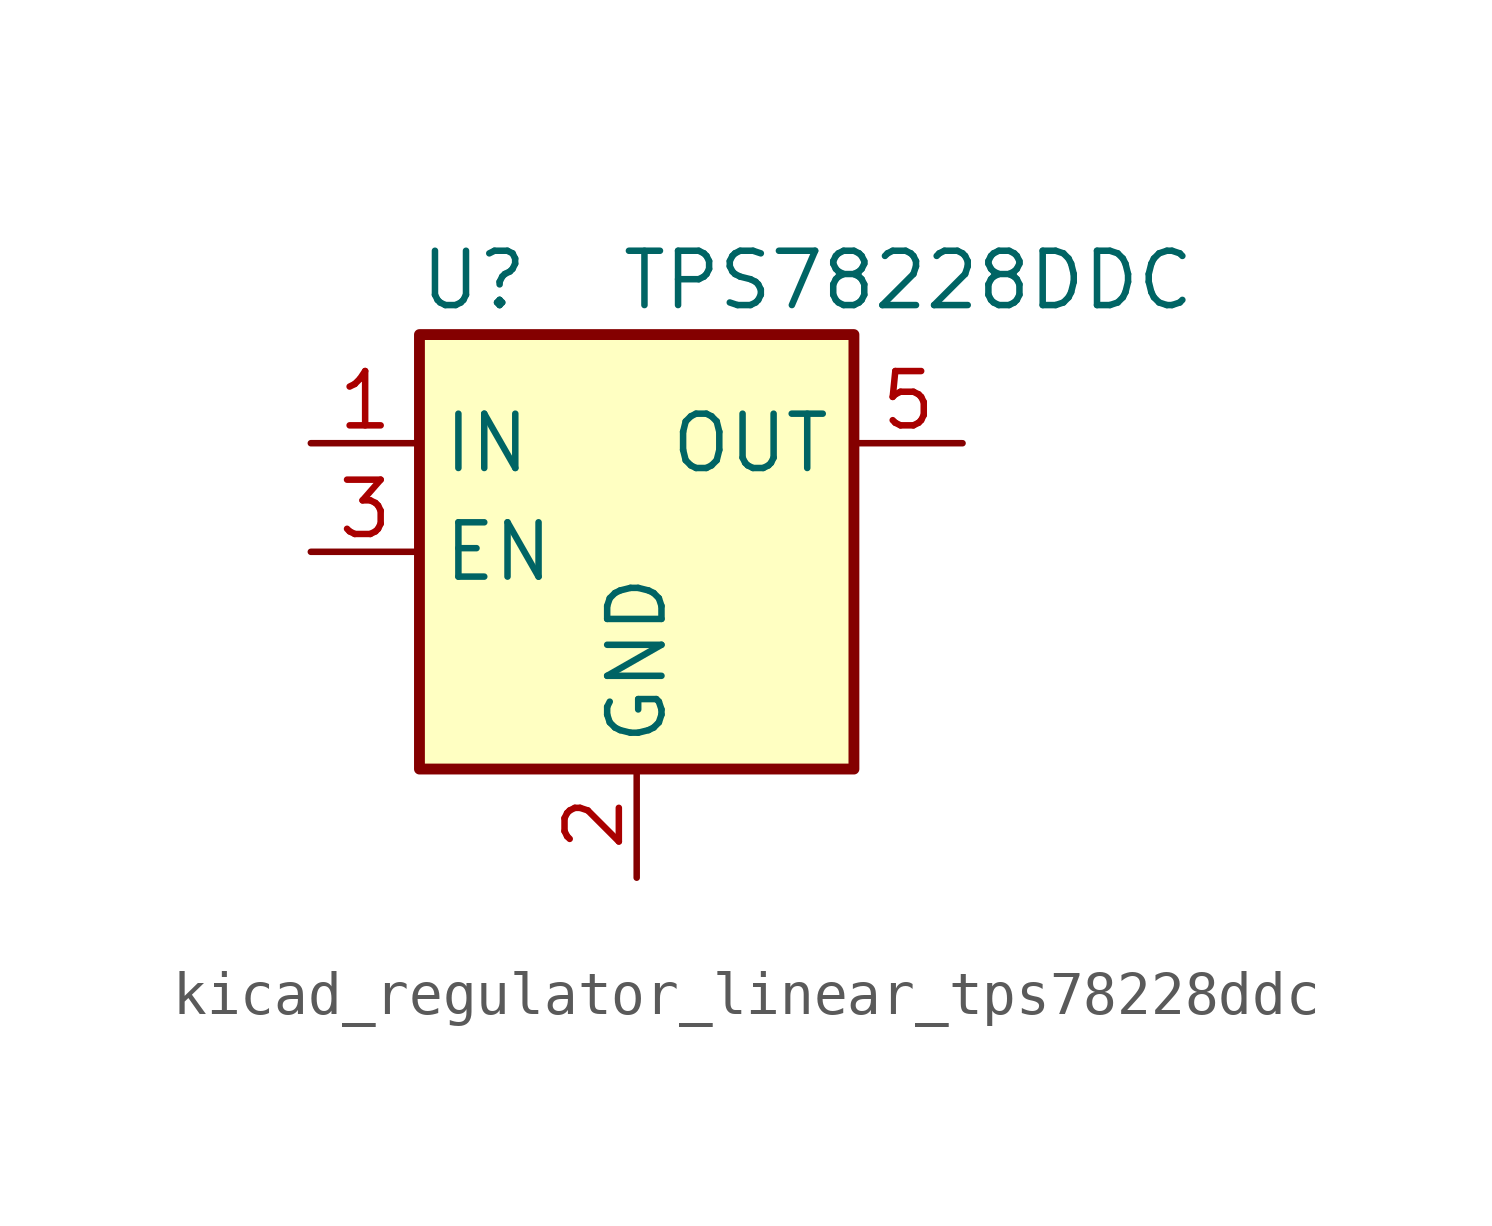
<source format=kicad_sym>
(kicad_symbol_lib
  (version 20220914)
  (generator kicad_symbol_editor)
  (symbol "kicad_regulator_linear_tps78228ddc"
    (property "Reference" "U"
      (at -3.81 6.35 0)
      (effects (font (size 1.27 1.27))))
    (property "Value" "TPS78228DDC"
      (at 6.35 6.35 0)
      (effects (font (size 1.27 1.27))))
    (symbol "kicad_regulator_linear_tps78228ddc_0_1"
      (rectangle (start -5.08 -5.08) (end 5.08 5.08) (stroke (width 0.254) (type default)) (fill (type background)))
      (pin power_in line (at -7.62 2.54 0) (length 2.54) (name "IN" (effects (font (size 1.27 1.27)))) (number "1" (effects (font (size 1.27 1.27)))))
      (pin power_in line (at 0 -7.62 90) (length 2.54) (name "GND" (effects (font (size 1.27 1.27)))) (number "2" (effects (font (size 1.27 1.27)))))
      (pin input line (at -7.62 0 0) (length 2.54) (name "EN" (effects (font (size 1.27 1.27)))) (number "3" (effects (font (size 1.27 1.27)))))
      (pin power_out line (at 7.62 2.54 180) (length 2.54) (name "OUT" (effects (font (size 1.27 1.27)))) (number "5" (effects (font (size 1.27 1.27))))))
    (symbol "kicad_regulator_linear_tps78228ddc_1_1"
      (pin passive line (at 0 -7.62 90) (length 2.54) hide (name "GND" (effects (font (size 1.27 1.27)))) (number "4" (effects (font (size 1.27 1.27))))))))
</source>
